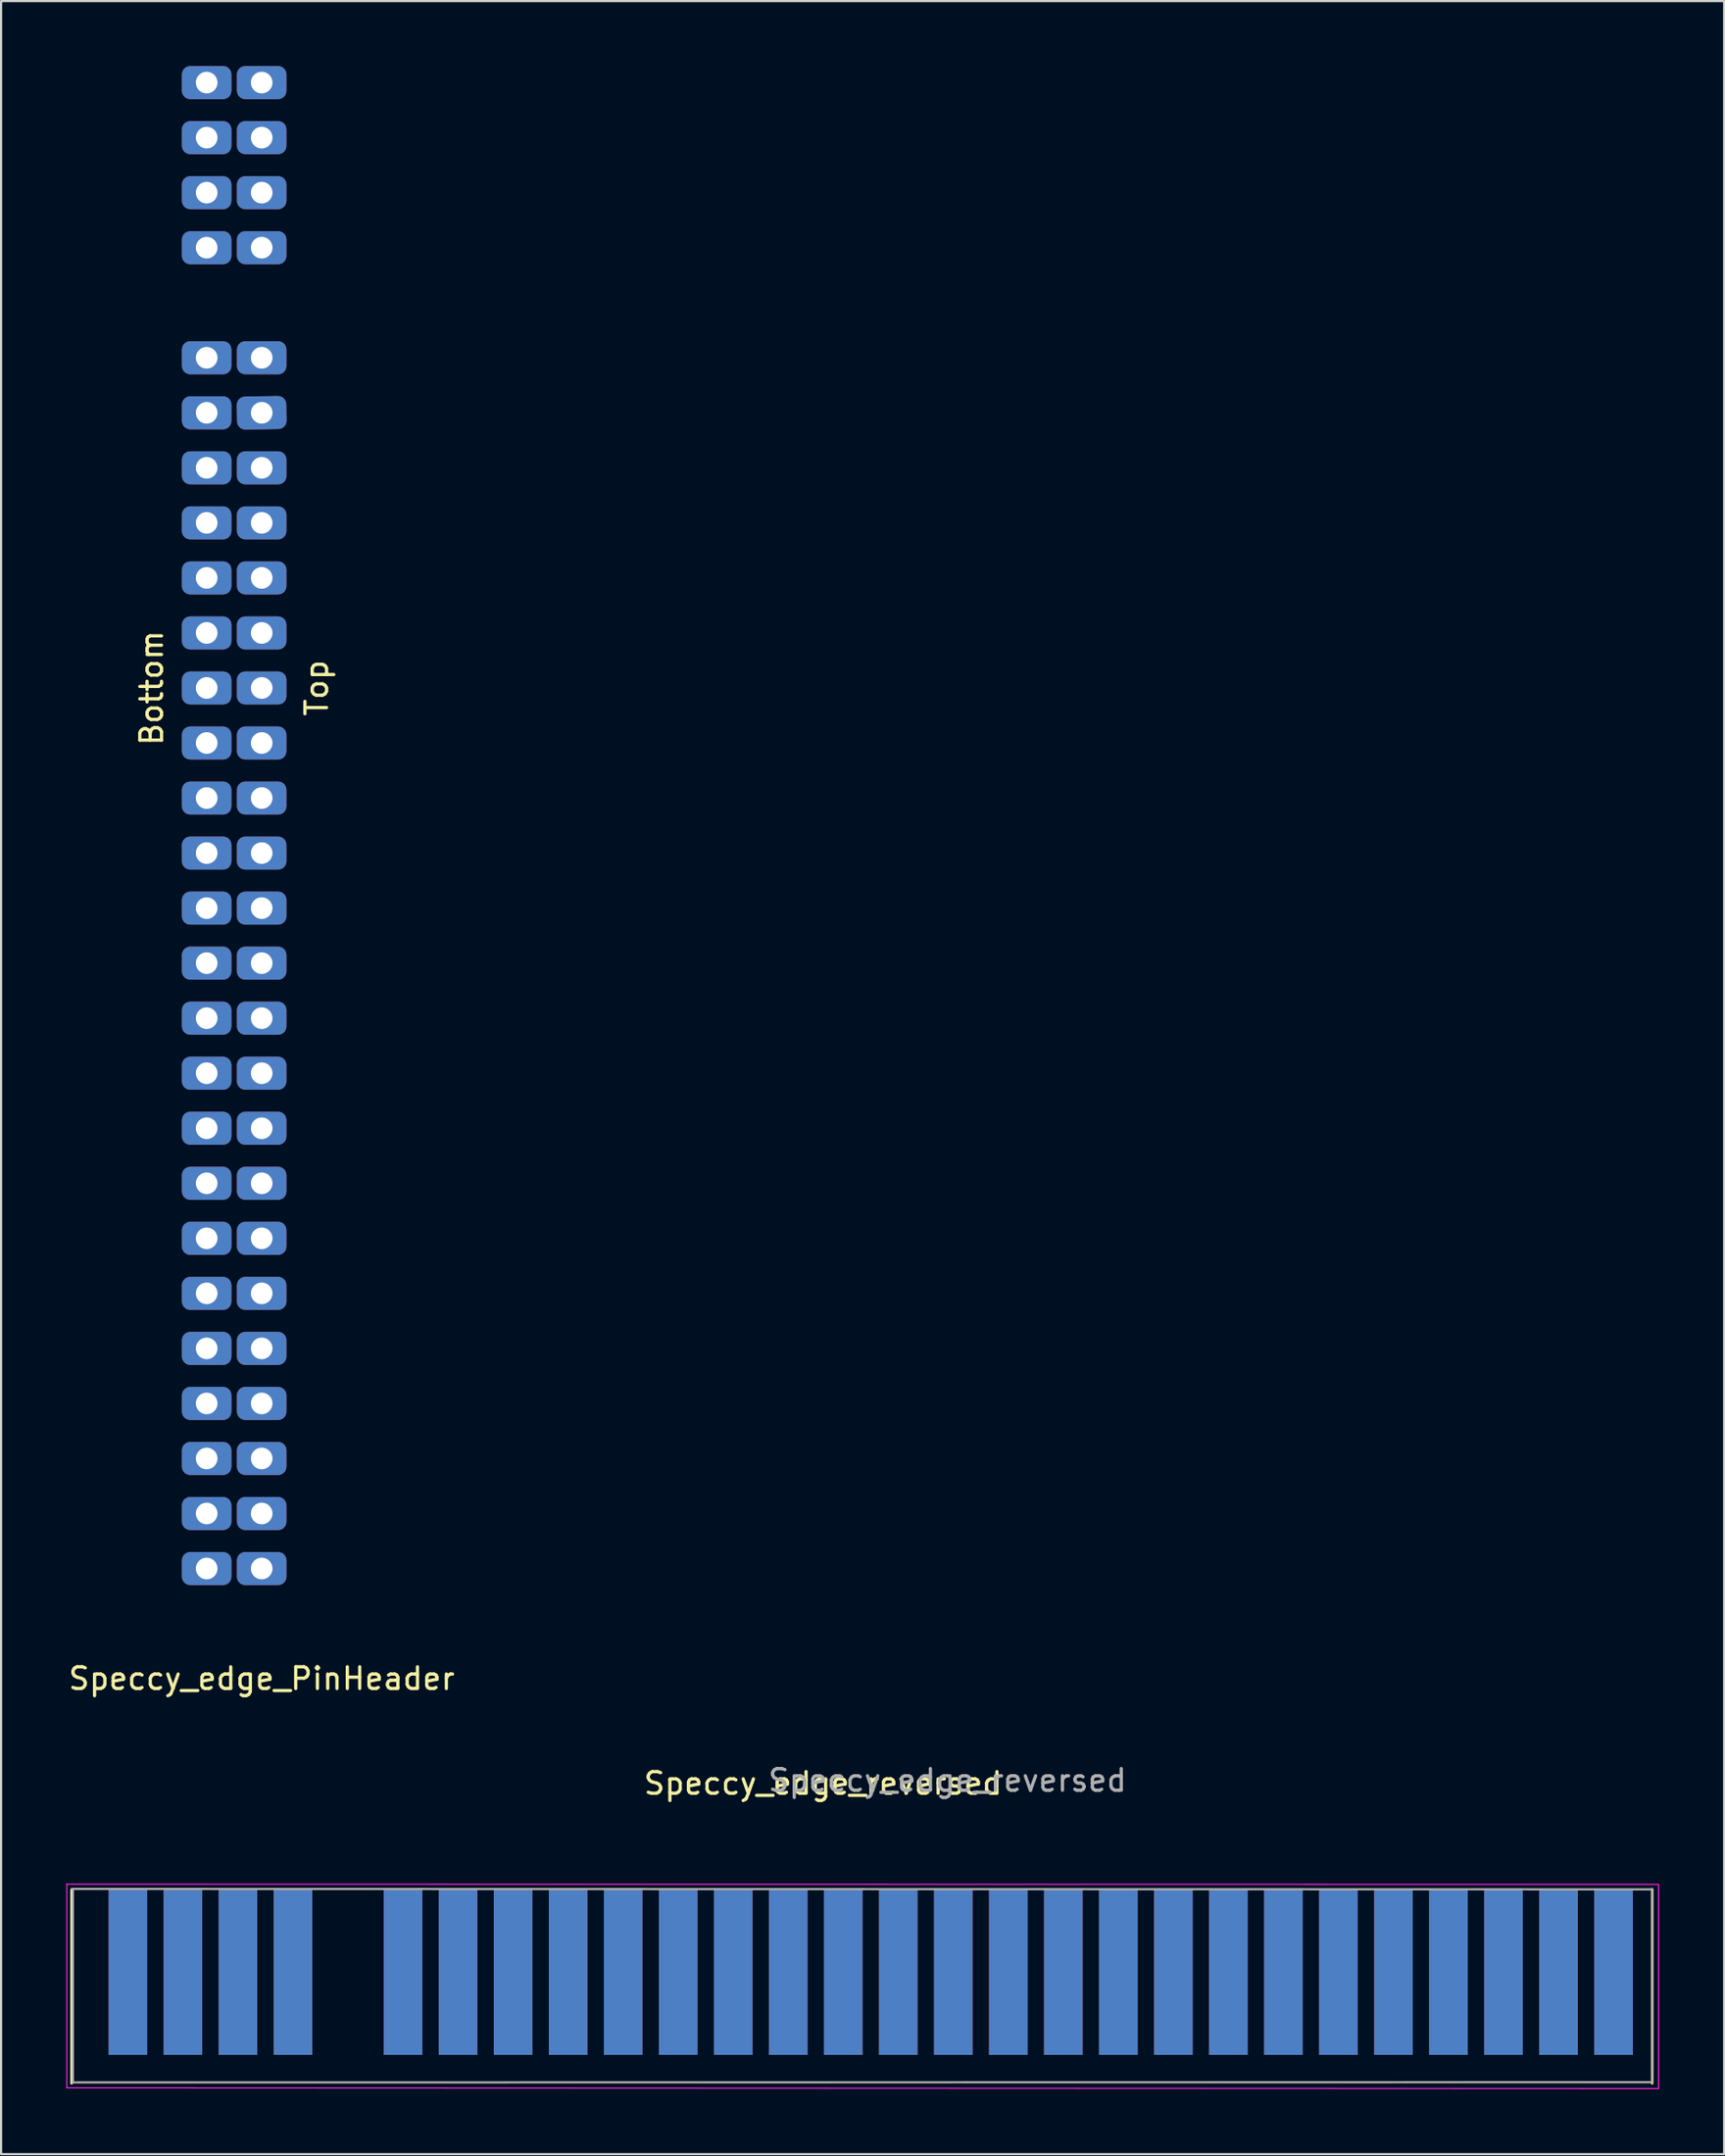
<source format=kicad_pcb>
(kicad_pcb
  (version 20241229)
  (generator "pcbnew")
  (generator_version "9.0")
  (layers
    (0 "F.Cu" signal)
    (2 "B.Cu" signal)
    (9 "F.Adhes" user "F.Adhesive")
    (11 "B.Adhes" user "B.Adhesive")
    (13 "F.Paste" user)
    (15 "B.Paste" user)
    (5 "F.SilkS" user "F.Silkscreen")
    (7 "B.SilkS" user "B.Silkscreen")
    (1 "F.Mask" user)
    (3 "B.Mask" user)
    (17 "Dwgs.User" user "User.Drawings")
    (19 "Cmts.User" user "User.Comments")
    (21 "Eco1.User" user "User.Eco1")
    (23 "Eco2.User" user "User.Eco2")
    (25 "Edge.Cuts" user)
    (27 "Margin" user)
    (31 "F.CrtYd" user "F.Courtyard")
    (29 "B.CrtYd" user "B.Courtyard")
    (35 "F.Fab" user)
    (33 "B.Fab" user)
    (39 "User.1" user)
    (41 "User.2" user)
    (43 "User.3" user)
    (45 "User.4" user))
  (footprint "Speccy_edge_reversed"
    (layer "F.Cu")
    (at 38.415 89.249)
    (property "Reference" "Speccy_edge_reversed" (at -3.47 -9.99 0) (layer "F.SilkS") (effects (font (size 1 1) (thickness 0.15))))
    (attr exclude_from_pos_files exclude_from_bom)
    (fp_line (start -38.16 -5.08) (end -38.16 3.85) (stroke (width 0.12) (type solid)) (layer "F.SilkS"))
    (fp_line (start 34.8 3.85) (end 34.8 -5.1) (stroke (width 0.12) (type solid)) (layer "F.SilkS"))
    (fp_line (start -38.38 -5.355) (end -38.38 4.035) (stroke (width 0.05) (type solid)) (layer "F.CrtYd"))
    (fp_line (start -38.38 -5.34) (end 35.1 -5.33) (stroke (width 0.05) (type solid)) (layer "F.CrtYd"))
    (fp_line (start 35.1 4.095) (end -38.39 4.06) (stroke (width 0.05) (type solid)) (layer "F.CrtYd"))
    (fp_line (start 35.1 4.095) (end 35.1 -5.295) (stroke (width 0.05) (type solid)) (layer "F.CrtYd"))
    (fp_line (start -38.15 -5.12) (end 34.8 -5.1) (stroke (width 0.1) (type solid)) (layer "F.Fab"))
    (fp_line (start -38.1 3.81) (end -38.1 -5.08) (stroke (width 0.1) (type solid)) (layer "F.Fab"))
    (fp_line (start 34.8 -5.08) (end 34.8 3.81) (stroke (width 0.1) (type solid)) (layer "F.Fab"))
    (fp_line (start 34.8 3.8) (end -38.1 3.81) (stroke (width 0.1) (type solid)) (layer "F.Fab"))
    (fp_text user "${REFERENCE}" (at 2.27 -10.13 0) (layer "F.Fab") (effects (font (size 1 1) (thickness 0.15))))
    (pad "B1" connect rect (at -35.56 -1.27) (size 1.78 7.62) (layers "B.Cu" "B.Mask"))
    (pad "B2" connect rect (at -33.02 -1.27) (size 1.78 7.62) (layers "B.Cu" "B.Mask"))
    (pad "B3" connect rect (at -30.48 -1.27) (size 1.78 7.62) (layers "B.Cu" "B.Mask"))
    (pad "B4" connect rect (at -27.94 -1.27) (size 1.78 7.62) (layers "B.Cu" "B.Mask"))
    (pad "B6" connect rect (at -22.86 -1.27) (size 1.78 7.62) (layers "B.Cu" "B.Mask"))
    (pad "B7" connect rect (at -20.32 -1.27) (size 1.78 7.62) (layers "B.Cu" "B.Mask"))
    (pad "B8" connect rect (at -17.78 -1.27 180) (size 1.78 7.62) (layers "B.Cu" "B.Mask"))
    (pad "B9" connect rect (at -15.24 -1.27) (size 1.78 7.62) (layers "B.Cu" "B.Mask"))
    (pad "B10" connect rect (at -12.7 -1.27) (size 1.78 7.62) (layers "B.Cu" "B.Mask"))
    (pad "B11" connect rect (at -10.16 -1.27 180) (size 1.78 7.62) (layers "B.Cu" "B.Mask"))
    (pad "B12" connect rect (at -7.62 -1.27) (size 1.78 7.62) (layers "B.Cu" "B.Mask"))
    (pad "B13" connect rect (at -5.08 -1.27) (size 1.78 7.62) (layers "B.Cu" "B.Mask"))
    (pad "B14" connect rect (at -2.54 -1.27) (size 1.78 7.62) (layers "B.Cu" "B.Mask"))
    (pad "B15" connect rect (at 0 -1.27) (size 1.78 7.62) (layers "B.Cu" "B.Mask"))
    (pad "B16" connect rect (at 2.54 -1.27) (size 1.78 7.62) (layers "B.Cu" "B.Mask"))
    (pad "B17" connect rect (at 5.08 -1.27) (size 1.78 7.62) (layers "B.Cu" "B.Mask"))
    (pad "B18" connect rect (at 7.62 -1.27) (size 1.78 7.62) (layers "B.Cu" "B.Mask"))
    (pad "B19" connect rect (at 10.16 -1.27) (size 1.78 7.62) (layers "B.Cu" "B.Mask"))
    (pad "B20" connect rect (at 12.7 -1.27) (size 1.78 7.62) (layers "B.Cu" "B.Mask"))
    (pad "B21" connect rect (at 15.24 -1.27) (size 1.78 7.62) (layers "B.Cu" "B.Mask"))
    (pad "B22" connect rect (at 17.78 -1.27) (size 1.78 7.62) (layers "B.Cu" "B.Mask"))
    (pad "B23" connect rect (at 20.32 -1.27) (size 1.78 7.62) (layers "B.Cu" "B.Mask"))
    (pad "B24" connect rect (at 22.86 -1.27) (size 1.78 7.62) (layers "B.Cu" "B.Mask"))
    (pad "B25" connect rect (at 25.4 -1.27) (size 1.78 7.62) (layers "B.Cu" "B.Mask"))
    (pad "B26" connect rect (at 27.94 -1.27) (size 1.78 7.62) (layers "B.Cu" "B.Mask"))
    (pad "B27" connect rect (at 30.48 -1.27) (size 1.78 7.62) (layers "B.Cu" "B.Mask"))
    (pad "B28" connect rect (at 33.02 -1.27) (size 1.78 7.62) (layers "B.Cu" "B.Mask"))
    (pad "U1" connect rect (at -35.56 -1.27) (size 1.78 7.62) (layers "F.Cu" "F.Mask"))
    (pad "U2" connect rect (at -33.02 -1.27) (size 1.78 7.62) (layers "F.Cu" "F.Mask"))
    (pad "U3" connect rect (at -30.48 -1.27) (size 1.78 7.62) (layers "F.Cu" "F.Mask"))
    (pad "U4" connect rect (at -27.94 -1.27) (size 1.78 7.62) (layers "F.Cu" "F.Mask"))
    (pad "U6" connect rect (at -22.86 -1.27) (size 1.78 7.62) (layers "F.Cu" "F.Mask"))
    (pad "U7" connect rect (at -20.32 -1.27) (size 1.78 7.62) (layers "F.Cu" "F.Mask"))
    (pad "U8" connect rect (at -17.78 -1.27) (size 1.78 7.62) (layers "F.Cu" "F.Mask"))
    (pad "U9" connect rect (at -15.24 -1.27) (size 1.78 7.62) (layers "F.Cu" "F.Mask"))
    (pad "U10" connect rect (at -12.7 -1.27) (size 1.78 7.62) (layers "F.Cu" "F.Mask"))
    (pad "U11" connect rect (at -10.16 -1.27) (size 1.78 7.62) (layers "F.Cu" "F.Mask"))
    (pad "U12" connect rect (at -7.62 -1.27) (size 1.78 7.62) (layers "F.Cu" "F.Mask"))
    (pad "U13" connect rect (at -5.08 -1.27) (size 1.78 7.62) (layers "F.Cu" "F.Mask"))
    (pad "U14" connect rect (at -2.54 -1.27) (size 1.78 7.62) (layers "F.Cu" "F.Mask"))
    (pad "U15" connect rect (at 0 -1.27) (size 1.78 7.62) (layers "F.Cu" "F.Mask"))
    (pad "U16" connect rect (at 2.54 -1.27) (size 1.78 7.62) (layers "F.Cu" "F.Mask"))
    (pad "U17" connect rect (at 5.08 -1.27) (size 1.78 7.62) (layers "F.Cu" "F.Mask"))
    (pad "U18" connect rect (at 7.62 -1.27) (size 1.78 7.62) (layers "F.Cu" "F.Mask"))
    (pad "U19" connect rect (at 10.16 -1.27) (size 1.78 7.62) (layers "F.Cu" "F.Mask"))
    (pad "U20" connect rect (at 12.7 -1.27) (size 1.78 7.62) (layers "F.Cu" "F.Mask"))
    (pad "U21" connect rect (at 15.24 -1.27) (size 1.78 7.62) (layers "F.Cu" "F.Mask"))
    (pad "U22" connect rect (at 17.78 -1.27) (size 1.78 7.62) (layers "F.Cu" "F.Mask"))
    (pad "U23" connect rect (at 20.32 -1.27) (size 1.78 7.62) (layers "F.Cu" "F.Mask"))
    (pad "U24" connect rect (at 22.86 -1.27) (size 1.78 7.62) (layers "F.Cu" "F.Mask"))
    (pad "U25" connect rect (at 25.4 -1.27) (size 1.78 7.62) (layers "F.Cu" "F.Mask"))
    (pad "U26" connect rect (at 27.94 -1.27) (size 1.78 7.62) (layers "F.Cu" "F.Mask"))
    (pad "U27" connect rect (at 30.48 -1.27 180) (size 1.78 7.62) (layers "F.Cu" "F.Mask"))
    (pad "U28" connect rect (at 33.02 -1.27) (size 1.78 7.62) (layers "F.Cu" "F.Mask")))
  (footprint "Speccy_edge_PinHeader"
    (layer "F.Cu")
    (at 9.03 38.862)
    (property "Reference" "Speccy_edge_PinHeader" (at 0 35.56 0) (unlocked yes) (layer "F.SilkS") (effects (font (size 1 1) (thickness 0.15))))
    (attr smd)
    (fp_text user "Top" (at 2.54 -10.16 90) (unlocked yes) (layer "F.SilkS") (effects (font (size 1 1) (thickness 0.15))))
    (fp_text user "Bottom" (at -5.08 -10.16 90) (unlocked yes) (layer "F.SilkS") (effects (font (size 1 1) (thickness 0.15))))
    (pad "B1" thru_hole roundrect (at -2.54 -38.1) (size 2.286 1.524) (drill 1) (layers "*.Cu" "*.Mask") (roundrect_rratio 0.25))
    (pad "B2" thru_hole roundrect (at -2.54 -35.56 180) (size 2.286 1.524) (drill 1) (layers "*.Cu" "*.Mask") (roundrect_rratio 0.25))
    (pad "B3" thru_hole roundrect (at -2.54 -33.02) (size 2.286 1.524) (drill 1) (layers "*.Cu" "*.Mask") (roundrect_rratio 0.25))
    (pad "B4" thru_hole roundrect (at -2.54 -30.48) (size 2.286 1.524) (drill 1) (layers "*.Cu" "*.Mask") (roundrect_rratio 0.25))
    (pad "B6" thru_hole roundrect (at -2.54 -25.4) (size 2.286 1.524) (drill 1) (layers "*.Cu" "*.Mask") (roundrect_rratio 0.25))
    (pad "B7" thru_hole roundrect (at -2.54 -22.86) (size 2.286 1.524) (drill 1) (layers "*.Cu" "*.Mask") (roundrect_rratio 0.25))
    (pad "B8" thru_hole roundrect (at -2.54 -20.32) (size 2.286 1.524) (drill 1) (layers "*.Cu" "*.Mask") (roundrect_rratio 0.25))
    (pad "B9" thru_hole roundrect (at -2.54 -17.78) (size 2.286 1.524) (drill 1) (layers "*.Cu" "*.Mask") (roundrect_rratio 0.25))
    (pad "B10" thru_hole roundrect (at -2.54 -15.24) (size 2.286 1.524) (drill 1) (layers "*.Cu" "*.Mask") (roundrect_rratio 0.25))
    (pad "B11" thru_hole roundrect (at -2.54 -12.7) (size 2.286 1.524) (drill 1) (layers "*.Cu" "*.Mask") (roundrect_rratio 0.25))
    (pad "B12" thru_hole roundrect (at -2.54 -10.16) (size 2.286 1.524) (drill 1) (layers "*.Cu" "*.Mask") (roundrect_rratio 0.25))
    (pad "B13" thru_hole roundrect (at -2.54 -7.62) (size 2.286 1.524) (drill 1) (layers "*.Cu" "*.Mask") (roundrect_rratio 0.25))
    (pad "B14" thru_hole roundrect (at -2.54 -5.08) (size 2.286 1.524) (drill 1) (layers "*.Cu" "*.Mask") (roundrect_rratio 0.25))
    (pad "B15" thru_hole roundrect (at -2.54 -2.54) (size 2.286 1.524) (drill 1) (layers "*.Cu" "*.Mask") (roundrect_rratio 0.25))
    (pad "B16" thru_hole roundrect (at -2.54 0) (size 2.286 1.524) (drill 1) (layers "*.Cu" "*.Mask") (roundrect_rratio 0.25))
    (pad "B17" thru_hole roundrect (at -2.54 2.54) (size 2.286 1.524) (drill 1) (layers "*.Cu" "*.Mask") (roundrect_rratio 0.25))
    (pad "B18" thru_hole roundrect (at -2.54 5.08) (size 2.286 1.524) (drill 1) (layers "*.Cu" "*.Mask") (roundrect_rratio 0.25))
    (pad "B19" thru_hole roundrect (at -2.54 7.62) (size 2.286 1.524) (drill 1) (layers "*.Cu" "*.Mask") (roundrect_rratio 0.25))
    (pad "B20" thru_hole roundrect (at -2.54 10.16) (size 2.286 1.524) (drill 1) (layers "*.Cu" "*.Mask") (roundrect_rratio 0.25))
    (pad "B21" thru_hole roundrect (at -2.54 12.7) (size 2.286 1.524) (drill 1) (layers "*.Cu" "*.Mask") (roundrect_rratio 0.25))
    (pad "B22" thru_hole roundrect (at -2.54 15.24) (size 2.286 1.524) (drill 1) (layers "*.Cu" "*.Mask") (roundrect_rratio 0.25))
    (pad "B23" thru_hole roundrect (at -2.54 17.78) (size 2.286 1.524) (drill 1) (layers "*.Cu" "*.Mask") (roundrect_rratio 0.25))
    (pad "B24" thru_hole roundrect (at -2.54 20.32) (size 2.286 1.524) (drill 1) (layers "*.Cu" "*.Mask") (roundrect_rratio 0.25))
    (pad "B25" thru_hole roundrect (at -2.54 22.86) (size 2.286 1.524) (drill 1) (layers "*.Cu" "*.Mask") (roundrect_rratio 0.25))
    (pad "B26" thru_hole roundrect (at -2.54 25.4) (size 2.286 1.524) (drill 1) (layers "*.Cu" "*.Mask") (roundrect_rratio 0.25))
    (pad "B27" thru_hole roundrect (at -2.54 27.94) (size 2.286 1.524) (drill 1) (layers "*.Cu" "*.Mask") (roundrect_rratio 0.25))
    (pad "B28" thru_hole roundrect (at -2.54 30.48) (size 2.286 1.524) (drill 1) (layers "*.Cu" "*.Mask") (roundrect_rratio 0.25))
    (pad "U1" thru_hole roundrect (at 0 -38.1) (size 2.286 1.524) (drill 1) (layers "*.Cu" "*.Mask") (roundrect_rratio 0.25))
    (pad "U2" thru_hole roundrect (at 0 -35.56) (size 2.286 1.524) (drill 1) (layers "*.Cu" "*.Mask") (roundrect_rratio 0.25))
    (pad "U3" thru_hole roundrect (at 0 -33.02) (size 2.286 1.524) (drill 1) (layers "*.Cu" "*.Mask") (roundrect_rratio 0.25))
    (pad "U4" thru_hole roundrect (at 0 -30.48) (size 2.286 1.524) (drill 1) (layers "*.Cu" "*.Mask") (roundrect_rratio 0.25))
    (pad "U6" thru_hole roundrect (at 0 -25.4) (size 2.286 1.524) (drill 1) (layers "*.Cu" "*.Mask") (roundrect_rratio 0.25))
    (pad "U7" thru_hole roundrect (at 0 -22.86 1) (size 2.286 1.524) (drill 1) (layers "*.Cu" "*.Mask") (roundrect_rratio 0.25))
    (pad "U8" thru_hole roundrect (at 0 -20.32) (size 2.286 1.524) (drill 1) (layers "*.Cu" "*.Mask") (roundrect_rratio 0.25))
    (pad "U9" thru_hole roundrect (at 0 -17.78) (size 2.286 1.524) (drill 1) (layers "*.Cu" "*.Mask") (roundrect_rratio 0.25))
    (pad "U10" thru_hole roundrect (at 0 -15.24) (size 2.286 1.524) (drill 1) (layers "*.Cu" "*.Mask") (roundrect_rratio 0.25))
    (pad "U11" thru_hole roundrect (at 0 -12.7) (size 2.286 1.524) (drill 1) (layers "*.Cu" "*.Mask") (roundrect_rratio 0.25))
    (pad "U12" thru_hole roundrect (at 0 -10.16) (size 2.286 1.524) (drill 1) (layers "*.Cu" "*.Mask") (roundrect_rratio 0.25))
    (pad "U13" thru_hole roundrect (at 0 -7.62) (size 2.286 1.524) (drill 1) (layers "*.Cu" "*.Mask") (roundrect_rratio 0.25))
    (pad "U14" thru_hole roundrect (at 0 -5.08) (size 2.286 1.524) (drill 1) (layers "*.Cu" "*.Mask") (roundrect_rratio 0.25))
    (pad "U15" thru_hole roundrect (at 0 -2.54) (size 2.286 1.524) (drill 1) (layers "*.Cu" "*.Mask") (roundrect_rratio 0.25))
    (pad "U16" thru_hole roundrect (at 0 0) (size 2.286 1.524) (drill 1) (layers "*.Cu" "*.Mask") (roundrect_rratio 0.25))
    (pad "U17" thru_hole roundrect (at 0 2.54) (size 2.286 1.524) (drill 1) (layers "*.Cu" "*.Mask") (roundrect_rratio 0.25))
    (pad "U18" thru_hole roundrect (at 0 5.08) (size 2.286 1.524) (drill 1) (layers "*.Cu" "*.Mask") (roundrect_rratio 0.25))
    (pad "U19" thru_hole roundrect (at 0 7.62) (size 2.286 1.524) (drill 1) (layers "*.Cu" "*.Mask") (roundrect_rratio 0.25))
    (pad "U20" thru_hole roundrect (at 0 10.16) (size 2.286 1.524) (drill 1) (layers "*.Cu" "*.Mask") (roundrect_rratio 0.25))
    (pad "U21" thru_hole roundrect (at 0 12.7) (size 2.286 1.524) (drill 1) (layers "*.Cu" "*.Mask") (roundrect_rratio 0.25))
    (pad "U22" thru_hole roundrect (at 0 15.24) (size 2.286 1.524) (drill 1) (layers "*.Cu" "*.Mask") (roundrect_rratio 0.25))
    (pad "U23" thru_hole roundrect (at 0 17.78) (size 2.286 1.524) (drill 1) (layers "*.Cu" "*.Mask") (roundrect_rratio 0.25))
    (pad "U24" thru_hole roundrect (at 0 20.32) (size 2.286 1.524) (drill 1) (layers "*.Cu" "*.Mask") (roundrect_rratio 0.25))
    (pad "U25" thru_hole roundrect (at 0 22.86) (size 2.286 1.524) (drill 1) (layers "*.Cu" "*.Mask") (roundrect_rratio 0.25))
    (pad "U26" thru_hole roundrect (at 0 25.4) (size 2.286 1.524) (drill 1) (layers "*.Cu" "*.Mask") (roundrect_rratio 0.25))
    (pad "U27" thru_hole roundrect (at 0 27.94) (size 2.286 1.524) (drill 1) (layers "*.Cu" "*.Mask") (roundrect_rratio 0.25))
    (pad "U28" thru_hole roundrect (at 0 30.48) (size 2.286 1.524) (drill 1) (layers "*.Cu" "*.Mask") (roundrect_rratio 0.25)))
  (gr_rect
    (start -3 -3)
    (end 76.54 96.368)
    (stroke (width 0.1) (type default))
    (fill no)
    (layer "Edge.Cuts")))
</source>
